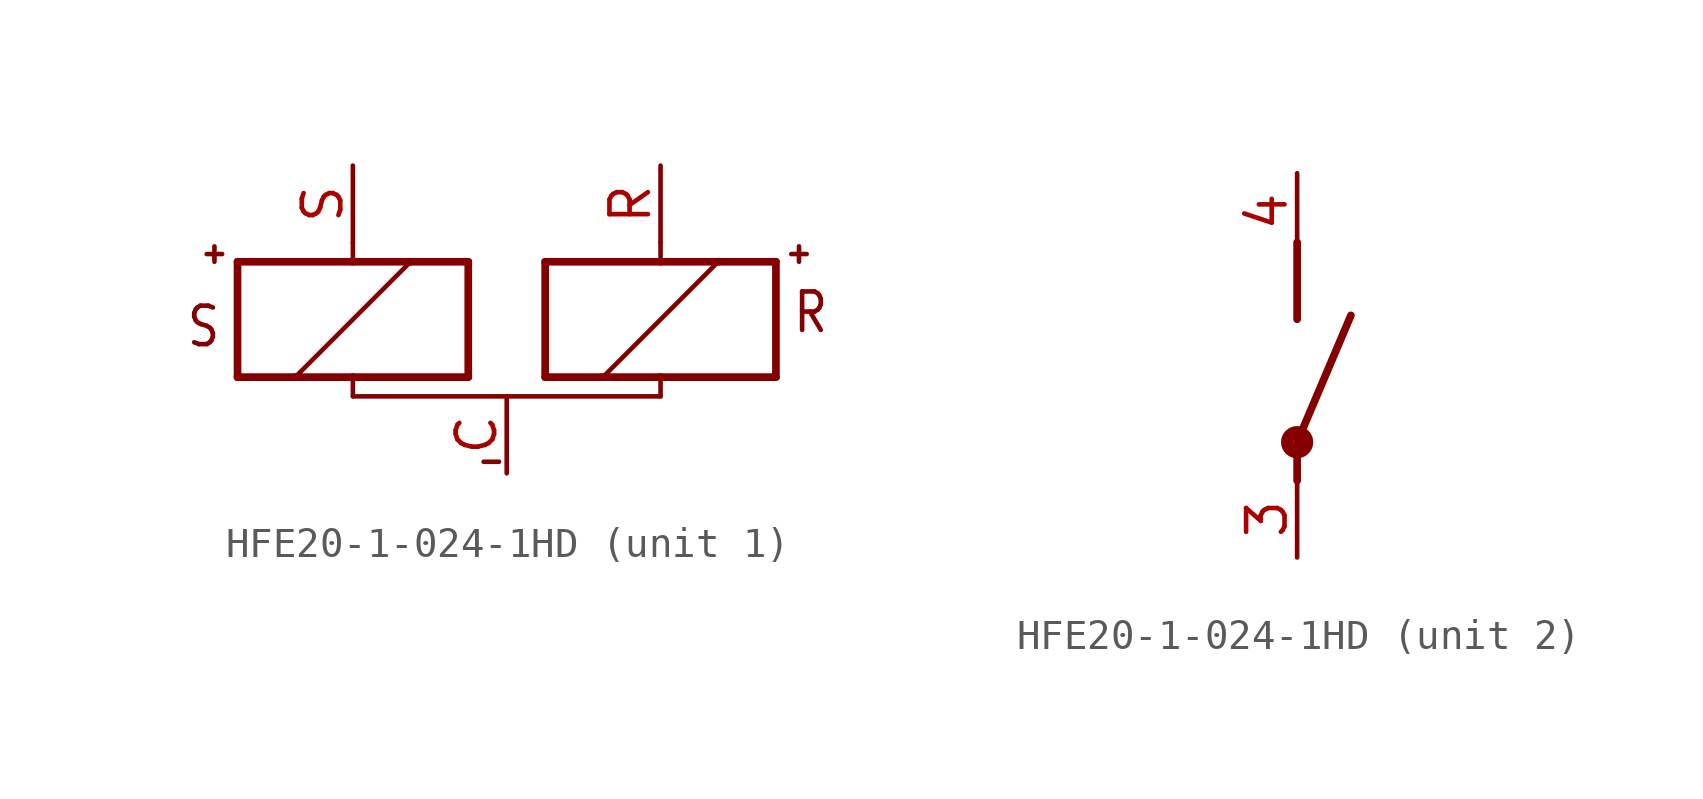
<source format=kicad_sym>
(kicad_symbol_lib
  (version 20231120)
  (generator "kicad_symbol_editor")
  (generator_version "8.0")
  (symbol "HFE20-1-024-1HD"
    (property "Reference" ""
      (at 2.54 0 0)
      (effects (font (size 1.778 1.511)) (justify left bottom) (hide yes)))
    (property "ki_locked" ""
      (at 0 0 0)
      (effects (font (size 1.27 1.27))))
    (symbol "HFE20-1-024-1HD_1_0"
      (polyline (pts (xy -14.732 2.413) (xy -14.732 1.905)) (stroke (width 0.152) (type solid)) (fill (type none)))
      (polyline (pts (xy -14.478 2.159) (xy -14.986 2.159)) (stroke (width 0.152) (type solid)) (fill (type none)))
      (polyline (pts (xy -13.97 -1.905) (xy -12.065 -1.905)) (stroke (width 0.254) (type solid)) (fill (type none)))
      (polyline (pts (xy -13.97 1.905) (xy -13.97 -1.905)) (stroke (width 0.254) (type solid)) (fill (type none)))
      (polyline (pts (xy -12.065 -1.905) (xy -10.16 -1.905)) (stroke (width 0.254) (type solid)) (fill (type none)))
      (polyline (pts (xy -10.16 -2.54) (xy -10.16 -1.905)) (stroke (width 0.152) (type solid)) (fill (type none)))
      (polyline (pts (xy -10.16 -1.905) (xy -6.35 -1.905)) (stroke (width 0.254) (type solid)) (fill (type none)))
      (polyline (pts (xy -10.16 1.905) (xy -13.97 1.905)) (stroke (width 0.254) (type solid)) (fill (type none)))
      (polyline (pts (xy -10.16 2.54) (xy -10.16 1.905)) (stroke (width 0.152) (type solid)) (fill (type none)))
      (polyline (pts (xy -8.255 1.905) (xy -12.065 -1.905)) (stroke (width 0.152) (type solid)) (fill (type none)))
      (polyline (pts (xy -8.255 1.905) (xy -10.16 1.905)) (stroke (width 0.254) (type solid)) (fill (type none)))
      (polyline (pts (xy -6.35 -1.905) (xy -6.35 1.905)) (stroke (width 0.254) (type solid)) (fill (type none)))
      (polyline (pts (xy -6.35 1.905) (xy -8.255 1.905)) (stroke (width 0.254) (type solid)) (fill (type none)))
      (polyline (pts (xy -5.842 -4.699) (xy -5.334 -4.699)) (stroke (width 0.152) (type solid)) (fill (type none)))
      (polyline (pts (xy -5.08 -2.54) (xy -10.16 -2.54)) (stroke (width 0.152) (type solid)) (fill (type none)))
      (polyline (pts (xy -5.08 -2.54) (xy 0 -2.54)) (stroke (width 0.152) (type solid)) (fill (type none)))
      (polyline (pts (xy -3.81 -1.905) (xy -1.905 -1.905)) (stroke (width 0.254) (type solid)) (fill (type none)))
      (polyline (pts (xy -3.81 1.905) (xy -3.81 -1.905)) (stroke (width 0.254) (type solid)) (fill (type none)))
      (polyline (pts (xy -1.905 -1.905) (xy 0 -1.905)) (stroke (width 0.254) (type solid)) (fill (type none)))
      (polyline (pts (xy -1.905 -1.905) (xy 1.905 1.905)) (stroke (width 0.152) (type solid)) (fill (type none)))
      (polyline (pts (xy 0 -2.54) (xy 0 -1.905)) (stroke (width 0.152) (type solid)) (fill (type none)))
      (polyline (pts (xy 0 -1.905) (xy 3.81 -1.905)) (stroke (width 0.254) (type solid)) (fill (type none)))
      (polyline (pts (xy 0 1.905) (xy -3.81 1.905)) (stroke (width 0.254) (type solid)) (fill (type none)))
      (polyline (pts (xy 0 2.54) (xy 0 1.905)) (stroke (width 0.152) (type solid)) (fill (type none)))
      (polyline (pts (xy 1.905 1.905) (xy 0 1.905)) (stroke (width 0.254) (type solid)) (fill (type none)))
      (polyline (pts (xy 3.81 -1.905) (xy 3.81 1.905)) (stroke (width 0.254) (type solid)) (fill (type none)))
      (polyline (pts (xy 3.81 1.905) (xy 1.905 1.905)) (stroke (width 0.254) (type solid)) (fill (type none)))
      (polyline (pts (xy 4.318 2.159) (xy 4.826 2.159)) (stroke (width 0.152) (type solid)) (fill (type none)))
      (polyline (pts (xy 4.572 2.413) (xy 4.572 1.905)) (stroke (width 0.152) (type solid)) (fill (type none)))
      (text "R" (at 4.318 -0.508 0) (effects (font (size 1.27 1.079)) (justify left bottom)))
      (text "S" (at -14.478 0.508 0) (effects (font (size 1.27 1.079)) (justify right top)))
      (pin passive line (at -5.08 -5.08 90) (length 2.54) (name "-" (effects (font (size 0 0)))) (number "C" (effects (font (size 1.27 1.27)))))
      (pin passive line (at 0 5.08 270) (length 2.54) (name "R+" (effects (font (size 0 0)))) (number "R" (effects (font (size 1.27 1.27)))))
      (pin passive line (at -10.16 5.08 270) (length 2.54) (name "S+" (effects (font (size 0 0)))) (number "S" (effects (font (size 1.27 1.27))))))
    (symbol "HFE20-1-024-1HD_2_0"
      (polyline (pts (xy 0 1.27) (xy 0 0)) (stroke (width 0.254) (type solid)) (fill (type none)))
      (polyline (pts (xy 0 1.27) (xy 1.778 5.461)) (stroke (width 0.254) (type solid)) (fill (type none)))
      (polyline (pts (xy 0 5.334) (xy 0 7.874)) (stroke (width 0.254) (type solid)) (fill (type none)))
      (circle (center 0 1.27) (radius 0.127) (stroke (width 0.406) (type solid)) (fill (type none)))
      (pin passive line (at 0 -2.54 90) (length 2.54) (name "PA" (effects (font (size 0 0)))) (number "3" (effects (font (size 1.27 1.27)))))
      (pin passive line (at 0 10.16 270) (length 2.54) (name "PB" (effects (font (size 0 0)))) (number "4" (effects (font (size 1.27 1.27))))))))
</source>
